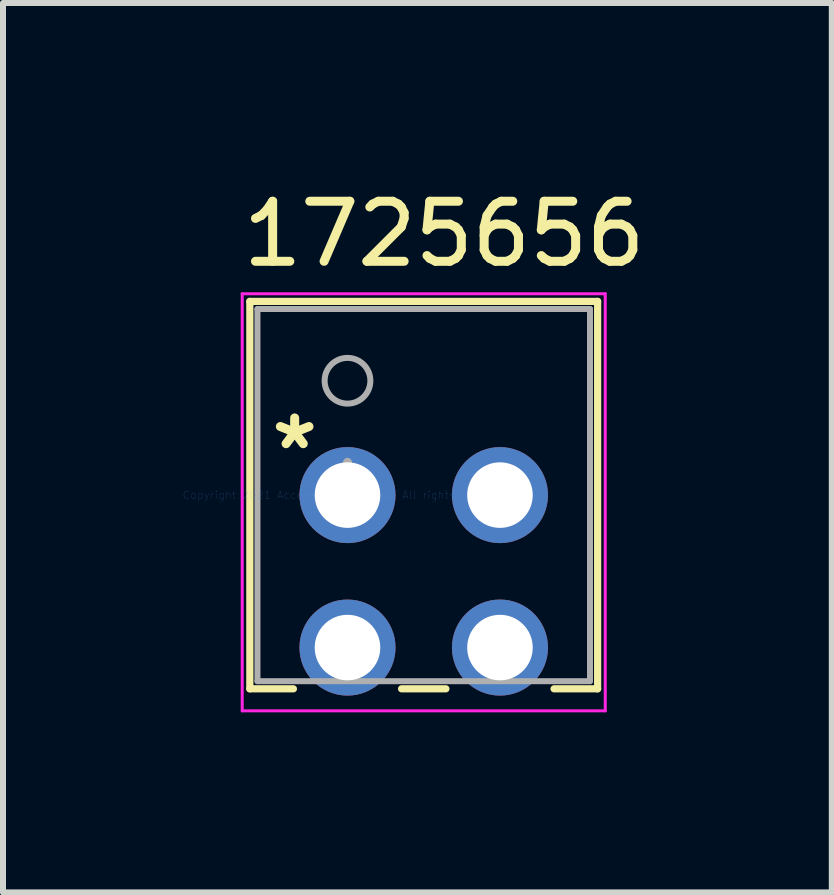
<source format=kicad_pcb>
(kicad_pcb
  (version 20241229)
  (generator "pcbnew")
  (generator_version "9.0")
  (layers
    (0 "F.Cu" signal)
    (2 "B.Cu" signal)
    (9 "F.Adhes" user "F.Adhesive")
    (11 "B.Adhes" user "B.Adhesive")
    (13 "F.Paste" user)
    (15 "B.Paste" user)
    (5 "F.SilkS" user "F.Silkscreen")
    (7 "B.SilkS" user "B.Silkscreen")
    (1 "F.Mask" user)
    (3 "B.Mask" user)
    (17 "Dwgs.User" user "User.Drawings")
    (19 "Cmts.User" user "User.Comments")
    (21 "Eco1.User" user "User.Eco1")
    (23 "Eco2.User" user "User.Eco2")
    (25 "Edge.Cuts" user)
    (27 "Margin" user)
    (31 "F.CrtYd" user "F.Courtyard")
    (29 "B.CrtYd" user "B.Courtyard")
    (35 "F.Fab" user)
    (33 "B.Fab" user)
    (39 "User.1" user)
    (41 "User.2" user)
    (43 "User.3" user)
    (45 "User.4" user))
  (footprint "1725656"
    (layer "F.Cu")
    (at 2.739 5.198)
    (property "Reference" "1725656" (at 1.61 -4.35 0) (layer "F.SilkS") (effects (font (size 1 1) (thickness 0.15))))
    (attr through_hole)
    (fp_line (start -1.627 -3.227) (end -1.627 3.227) (stroke (width 0.12) (type solid)) (layer "F.SilkS"))
    (fp_line (start -1.627 3.227) (end -0.901 3.227) (stroke (width 0.12) (type solid)) (layer "F.SilkS"))
    (fp_line (start 0.901 3.227) (end 1.639 3.227) (stroke (width 0.12) (type solid)) (layer "F.SilkS"))
    (fp_line (start 3.441 3.227) (end 4.167 3.227) (stroke (width 0.12) (type solid)) (layer "F.SilkS"))
    (fp_line (start 4.167 -3.227) (end -1.627 -3.227) (stroke (width 0.12) (type solid)) (layer "F.SilkS"))
    (fp_line (start 4.167 3.227) (end 4.167 -3.227) (stroke (width 0.12) (type solid)) (layer "F.SilkS"))
    (fp_line (start -1.754 -3.354) (end -1.754 3.594) (stroke (width 0.05) (type solid)) (layer "F.CrtYd"))
    (fp_line (start -1.754 3.594) (end 4.294 3.594) (stroke (width 0.05) (type solid)) (layer "F.CrtYd"))
    (fp_line (start 4.294 -3.354) (end -1.754 -3.354) (stroke (width 0.05) (type solid)) (layer "F.CrtYd"))
    (fp_line (start 4.294 3.594) (end 4.294 -3.354) (stroke (width 0.05) (type solid)) (layer "F.CrtYd"))
    (fp_line (start -1.5 -3.1) (end -1.5 3.1) (stroke (width 0.1) (type solid)) (layer "F.Fab"))
    (fp_line (start -1.5 3.1) (end 4.04 3.1) (stroke (width 0.1) (type solid)) (layer "F.Fab"))
    (fp_line (start 4.04 -3.1) (end -1.5 -3.1) (stroke (width 0.1) (type solid)) (layer "F.Fab"))
    (fp_line (start 4.04 3.1) (end 4.04 -3.1) (stroke (width 0.1) (type solid)) (layer "F.Fab"))
    (fp_circle (center 0 -1.905) (end 0.381 -1.905) (stroke (width 0.1) (type solid)) (fill no) (layer "F.Fab"))
    (fp_text user "*" (at -0.88 -0.74 0) (layer "F.SilkS") (effects (font (size 1 1) (thickness 0.15))))
    (fp_text user "Copyright 2021 Accelerated Designs. All rights reserved." (at 0 0 0) (layer "Cmts.User") (effects (font (size 0.127 0.127) (thickness 0.002))))
    (fp_text user "*" (at 0 0 0) (layer "F.Fab") (effects (font (size 1 1) (thickness 0.15))))
    (pad "1" thru_hole circle (at 0 0) (size 1.6 1.6) (drill 1.092) (layers "*.Cu" "*.Mask"))
    (pad "2" thru_hole circle (at 2.54 0) (size 1.6 1.6) (drill 1.092) (layers "*.Cu" "*.Mask"))
    (pad "3" thru_hole circle (at 0 2.54 90) (size 1.6 1.6) (drill 1.092) (layers "*.Cu" "*.Mask"))
    (pad "4" thru_hole circle (at 2.54 2.54 90) (size 1.6 1.6) (drill 1.092) (layers "*.Cu" "*.Mask")))
  (gr_rect
    (start -3 -3)
    (end 10.807 11.817)
    (stroke (width 0.1) (type default))
    (fill no)
    (layer "Edge.Cuts")))
</source>
